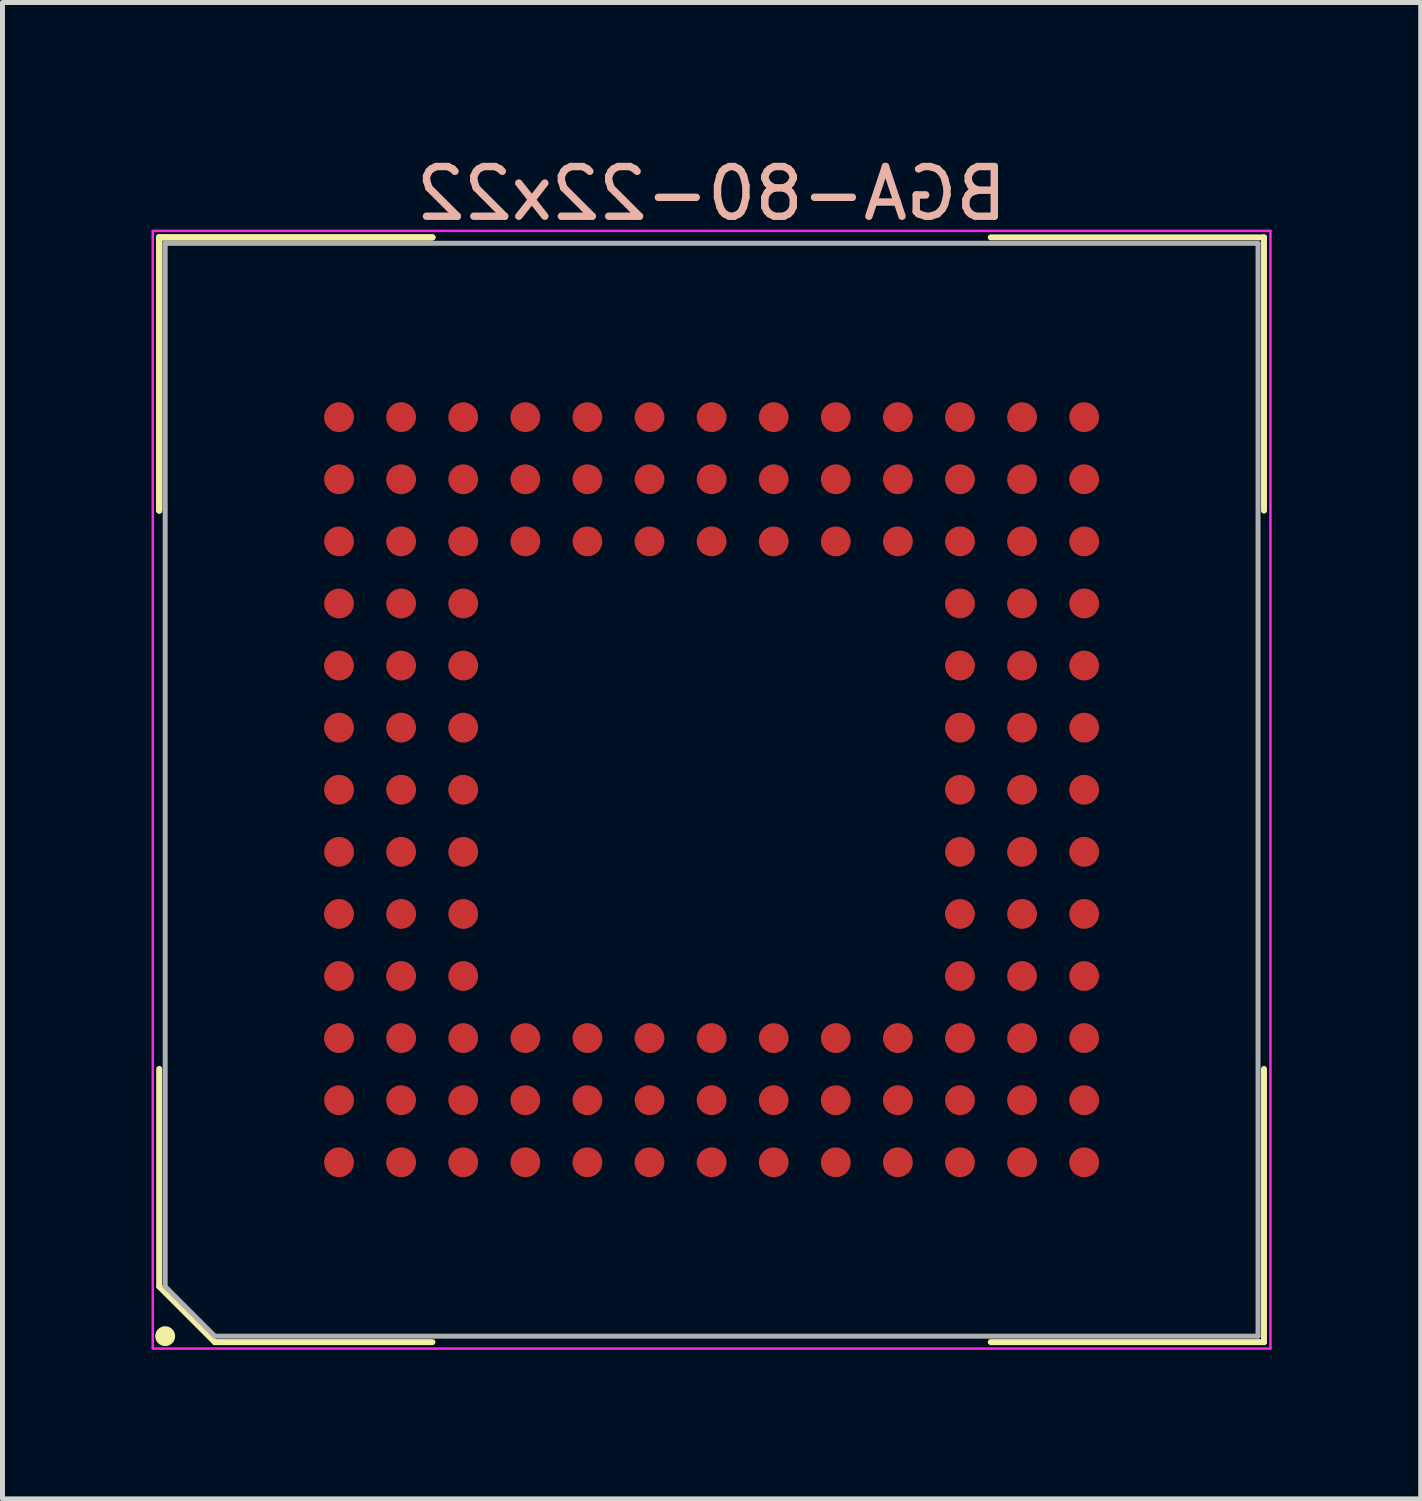
<source format=kicad_pcb>
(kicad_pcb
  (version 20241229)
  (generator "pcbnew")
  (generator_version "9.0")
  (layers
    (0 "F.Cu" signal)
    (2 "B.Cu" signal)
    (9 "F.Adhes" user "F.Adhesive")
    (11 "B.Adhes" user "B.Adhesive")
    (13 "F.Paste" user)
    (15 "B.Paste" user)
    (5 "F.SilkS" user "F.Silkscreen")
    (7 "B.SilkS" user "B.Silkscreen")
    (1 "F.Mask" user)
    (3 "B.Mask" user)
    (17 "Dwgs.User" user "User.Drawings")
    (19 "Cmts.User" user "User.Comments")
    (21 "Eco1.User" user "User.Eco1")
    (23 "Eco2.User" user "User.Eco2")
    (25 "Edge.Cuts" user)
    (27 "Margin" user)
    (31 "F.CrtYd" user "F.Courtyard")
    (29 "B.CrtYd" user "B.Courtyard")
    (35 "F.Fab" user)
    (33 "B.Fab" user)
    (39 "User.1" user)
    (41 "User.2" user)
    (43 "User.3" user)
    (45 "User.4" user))
  (footprint "BGA-80-22x22"
    (layer "F.Cu")
    (at 11.275 12.848)
    (property "Reference" "BGA-80-22x22" (at 0 -12 0) (layer "B.SilkS") (effects (font (size 1 1) (thickness 0.15)) (justify mirror)))
    (attr through_hole)
    (fp_line (start -11.12 -11.12) (end -5.62 -11.12) (stroke (width 0.12) (type default)) (layer "F.SilkS"))
    (fp_line (start -11.12 -11.12) (end -5.62 -11.12) (stroke (width 0.12) (type default)) (layer "F.SilkS"))
    (fp_line (start -11.12 -11.12) (end -5.62 -11.12) (stroke (width 0.12) (type default)) (layer "F.SilkS"))
    (fp_line (start -11.12 -5.62) (end -11.12 -11.12) (stroke (width 0.12) (type default)) (layer "F.SilkS"))
    (fp_line (start -11.12 -5.62) (end -11.12 -11.12) (stroke (width 0.12) (type default)) (layer "F.SilkS"))
    (fp_line (start -11.12 -5.62) (end -11.12 -11.12) (stroke (width 0.12) (type default)) (layer "F.SilkS"))
    (fp_line (start -11.12 5.62) (end -11.12 10) (stroke (width 0.12) (type default)) (layer "F.SilkS"))
    (fp_line (start -11.12 10) (end -10 11.12) (stroke (width 0.12) (type default)) (layer "F.SilkS"))
    (fp_line (start -10 11.12) (end -5.62 11.12) (stroke (width 0.12) (type default)) (layer "F.SilkS"))
    (fp_line (start 11.12 -11.12) (end 5.62 -11.12) (stroke (width 0.12) (type default)) (layer "F.SilkS"))
    (fp_line (start 11.12 -5.62) (end 11.12 -11.12) (stroke (width 0.12) (type default)) (layer "F.SilkS"))
    (fp_line (start 11.12 5.62) (end 11.12 11.12) (stroke (width 0.12) (type default)) (layer "F.SilkS"))
    (fp_line (start 11.12 11.12) (end 5.62 11.12) (stroke (width 0.12) (type default)) (layer "F.SilkS"))
    (fp_circle (center -11 11) (end -10.9 11) (stroke (width 0.2) (type default)) (fill no) (layer "F.SilkS"))
    (fp_line (start -11.25 -11.25) (end 11.25 -11.25) (stroke (width 0.05) (type default)) (layer "F.CrtYd"))
    (fp_line (start -11.25 11.25) (end -11.25 -11.25) (stroke (width 0.05) (type default)) (layer "F.CrtYd"))
    (fp_line (start 11.25 -11.25) (end 11.25 11.25) (stroke (width 0.05) (type default)) (layer "F.CrtYd"))
    (fp_line (start 11.25 11.25) (end -11.25 11.25) (stroke (width 0.05) (type default)) (layer "F.CrtYd"))
    (fp_line (start -11 -11) (end -11 10) (stroke (width 0.1) (type default)) (layer "F.Fab"))
    (fp_line (start -11 10) (end -10 11) (stroke (width 0.1) (type default)) (layer "F.Fab"))
    (fp_line (start -10 11) (end 11 11) (stroke (width 0.1) (type default)) (layer "F.Fab"))
    (fp_line (start 11 -11) (end -11 -11) (stroke (width 0.1) (type default)) (layer "F.Fab"))
    (fp_line (start 11 11) (end 11 -11) (stroke (width 0.1) (type default)) (layer "F.Fab"))
    (pad "A1" smd circle (at 7.5 7.5 270) (size 0.6 0.6) (layers "F.Cu" "F.Mask" "F.Paste"))
    (pad "A2" smd circle (at 7.5 6.25 270) (size 0.6 0.6) (layers "F.Cu" "F.Mask" "F.Paste"))
    (pad "A3" smd circle (at 7.5 5 270) (size 0.6 0.6) (layers "F.Cu" "F.Mask" "F.Paste"))
    (pad "A4" smd circle (at 7.5 3.75 270) (size 0.6 0.6) (layers "F.Cu" "F.Mask" "F.Paste"))
    (pad "A5" smd circle (at 7.5 2.5 270) (size 0.6 0.6) (layers "F.Cu" "F.Mask" "F.Paste"))
    (pad "A6" smd circle (at 7.5 1.25 270) (size 0.6 0.6) (layers "F.Cu" "F.Mask" "F.Paste"))
    (pad "A7" smd circle (at 7.5 0 270) (size 0.6 0.6) (layers "F.Cu" "F.Mask" "F.Paste"))
    (pad "A8" smd circle (at 7.5 -1.25 270) (size 0.6 0.6) (layers "F.Cu" "F.Mask" "F.Paste"))
    (pad "A9" smd circle (at 7.5 -2.5 270) (size 0.6 0.6) (layers "F.Cu" "F.Mask" "F.Paste"))
    (pad "A10" smd circle (at 7.5 -3.75 270) (size 0.6 0.6) (layers "F.Cu" "F.Mask" "F.Paste"))
    (pad "A11" smd circle (at 7.5 -5 270) (size 0.6 0.6) (layers "F.Cu" "F.Mask" "F.Paste"))
    (pad "A12" smd circle (at 7.5 -6.25 270) (size 0.6 0.6) (layers "F.Cu" "F.Mask" "F.Paste"))
    (pad "A13" smd circle (at 7.5 -7.5 270) (size 0.6 0.6) (layers "F.Cu" "F.Mask" "F.Paste"))
    (pad "B1" smd circle (at 6.25 7.5 270) (size 0.6 0.6) (layers "F.Cu" "F.Mask" "F.Paste"))
    (pad "B2" smd circle (at 6.25 6.25 270) (size 0.6 0.6) (layers "F.Cu" "F.Mask" "F.Paste"))
    (pad "B3" smd circle (at 6.25 5 270) (size 0.6 0.6) (layers "F.Cu" "F.Mask" "F.Paste"))
    (pad "B4" smd circle (at 6.25 3.75 270) (size 0.6 0.6) (layers "F.Cu" "F.Mask" "F.Paste"))
    (pad "B5" smd circle (at 6.25 2.5 270) (size 0.6 0.6) (layers "F.Cu" "F.Mask" "F.Paste"))
    (pad "B6" smd circle (at 6.25 1.25 270) (size 0.6 0.6) (layers "F.Cu" "F.Mask" "F.Paste"))
    (pad "B7" smd circle (at 6.25 0 270) (size 0.6 0.6) (layers "F.Cu" "F.Mask" "F.Paste"))
    (pad "B8" smd circle (at 6.25 -1.25 270) (size 0.6 0.6) (layers "F.Cu" "F.Mask" "F.Paste"))
    (pad "B9" smd circle (at 6.25 -2.5 270) (size 0.6 0.6) (layers "F.Cu" "F.Mask" "F.Paste"))
    (pad "B10" smd circle (at 6.25 -3.75 270) (size 0.6 0.6) (layers "F.Cu" "F.Mask" "F.Paste"))
    (pad "B11" smd circle (at 6.25 -5 270) (size 0.6 0.6) (layers "F.Cu" "F.Mask" "F.Paste"))
    (pad "B12" smd circle (at 6.25 -6.25 270) (size 0.6 0.6) (layers "F.Cu" "F.Mask" "F.Paste"))
    (pad "B13" smd circle (at 6.25 -7.5 270) (size 0.6 0.6) (layers "F.Cu" "F.Mask" "F.Paste"))
    (pad "C1" smd circle (at 5 7.5 270) (size 0.6 0.6) (layers "F.Cu" "F.Mask" "F.Paste"))
    (pad "C2" smd circle (at 5 6.25 270) (size 0.6 0.6) (layers "F.Cu" "F.Mask" "F.Paste"))
    (pad "C3" smd circle (at 5 5 270) (size 0.6 0.6) (layers "F.Cu" "F.Mask" "F.Paste"))
    (pad "C4" smd circle (at 5 3.75 270) (size 0.6 0.6) (layers "F.Cu" "F.Mask" "F.Paste"))
    (pad "C5" smd circle (at 5 2.5 270) (size 0.6 0.6) (layers "F.Cu" "F.Mask" "F.Paste"))
    (pad "C6" smd circle (at 5 1.25 270) (size 0.6 0.6) (layers "F.Cu" "F.Mask" "F.Paste"))
    (pad "C7" smd circle (at 5 0 270) (size 0.6 0.6) (layers "F.Cu" "F.Mask" "F.Paste"))
    (pad "C8" smd circle (at 5 -1.25 270) (size 0.6 0.6) (layers "F.Cu" "F.Mask" "F.Paste"))
    (pad "C9" smd circle (at 5 -2.5 270) (size 0.6 0.6) (layers "F.Cu" "F.Mask" "F.Paste"))
    (pad "C10" smd circle (at 5 -3.75 270) (size 0.6 0.6) (layers "F.Cu" "F.Mask" "F.Paste"))
    (pad "C11" smd circle (at 5 -5 270) (size 0.6 0.6) (layers "F.Cu" "F.Mask" "F.Paste"))
    (pad "C12" smd circle (at 5 -6.25 270) (size 0.6 0.6) (layers "F.Cu" "F.Mask" "F.Paste"))
    (pad "C13" smd circle (at 5 -7.5 270) (size 0.6 0.6) (layers "F.Cu" "F.Mask" "F.Paste"))
    (pad "D1" smd circle (at 3.75 7.5 270) (size 0.6 0.6) (layers "F.Cu" "F.Mask" "F.Paste"))
    (pad "D2" smd circle (at 3.75 6.25 270) (size 0.6 0.6) (layers "F.Cu" "F.Mask" "F.Paste"))
    (pad "D3" smd circle (at 3.75 5 270) (size 0.6 0.6) (layers "F.Cu" "F.Mask" "F.Paste"))
    (pad "D11" smd circle (at 3.75 -5 270) (size 0.6 0.6) (layers "F.Cu" "F.Mask" "F.Paste"))
    (pad "D12" smd circle (at 3.75 -6.25 270) (size 0.6 0.6) (layers "F.Cu" "F.Mask" "F.Paste"))
    (pad "D13" smd circle (at 3.75 -7.5 270) (size 0.6 0.6) (layers "F.Cu" "F.Mask" "F.Paste"))
    (pad "E1" smd circle (at 2.5 7.5 270) (size 0.6 0.6) (layers "F.Cu" "F.Mask" "F.Paste"))
    (pad "E2" smd circle (at 2.5 6.25 270) (size 0.6 0.6) (layers "F.Cu" "F.Mask" "F.Paste"))
    (pad "E3" smd circle (at 2.5 5 270) (size 0.6 0.6) (layers "F.Cu" "F.Mask" "F.Paste"))
    (pad "E11" smd circle (at 2.5 -5 270) (size 0.6 0.6) (layers "F.Cu" "F.Mask" "F.Paste"))
    (pad "E12" smd circle (at 2.5 -6.25 270) (size 0.6 0.6) (layers "F.Cu" "F.Mask" "F.Paste"))
    (pad "E13" smd circle (at 2.5 -7.5 270) (size 0.6 0.6) (layers "F.Cu" "F.Mask" "F.Paste"))
    (pad "F1" smd circle (at 1.25 7.5 270) (size 0.6 0.6) (layers "F.Cu" "F.Mask" "F.Paste"))
    (pad "F2" smd circle (at 1.25 6.25 270) (size 0.6 0.6) (layers "F.Cu" "F.Mask" "F.Paste"))
    (pad "F3" smd circle (at 1.25 5 270) (size 0.6 0.6) (layers "F.Cu" "F.Mask" "F.Paste"))
    (pad "F11" smd circle (at 1.25 -5 270) (size 0.6 0.6) (layers "F.Cu" "F.Mask" "F.Paste"))
    (pad "F12" smd circle (at 1.25 -6.25 270) (size 0.6 0.6) (layers "F.Cu" "F.Mask" "F.Paste"))
    (pad "F13" smd circle (at 1.25 -7.5 270) (size 0.6 0.6) (layers "F.Cu" "F.Mask" "F.Paste"))
    (pad "G1" smd circle (at 0 7.5 270) (size 0.6 0.6) (layers "F.Cu" "F.Mask" "F.Paste"))
    (pad "G2" smd circle (at 0 6.25 270) (size 0.6 0.6) (layers "F.Cu" "F.Mask" "F.Paste"))
    (pad "G3" smd circle (at 0 5 270) (size 0.6 0.6) (layers "F.Cu" "F.Mask" "F.Paste"))
    (pad "G11" smd circle (at 0 -5 270) (size 0.6 0.6) (layers "F.Cu" "F.Mask" "F.Paste"))
    (pad "G12" smd circle (at 0 -6.25 270) (size 0.6 0.6) (layers "F.Cu" "F.Mask" "F.Paste"))
    (pad "G13" smd circle (at 0 -7.5 270) (size 0.6 0.6) (layers "F.Cu" "F.Mask" "F.Paste"))
    (pad "H1" smd circle (at -1.25 7.5 270) (size 0.6 0.6) (layers "F.Cu" "F.Mask" "F.Paste"))
    (pad "H2" smd circle (at -1.25 6.25 270) (size 0.6 0.6) (layers "F.Cu" "F.Mask" "F.Paste"))
    (pad "H3" smd circle (at -1.25 5 270) (size 0.6 0.6) (layers "F.Cu" "F.Mask" "F.Paste"))
    (pad "H11" smd circle (at -1.25 -5 270) (size 0.6 0.6) (layers "F.Cu" "F.Mask" "F.Paste"))
    (pad "H12" smd circle (at -1.25 -6.25 270) (size 0.6 0.6) (layers "F.Cu" "F.Mask" "F.Paste"))
    (pad "H13" smd circle (at -1.25 -7.5 270) (size 0.6 0.6) (layers "F.Cu" "F.Mask" "F.Paste"))
    (pad "J1" smd circle (at -2.5 7.5 270) (size 0.6 0.6) (layers "F.Cu" "F.Mask" "F.Paste"))
    (pad "J2" smd circle (at -2.5 6.25 270) (size 0.6 0.6) (layers "F.Cu" "F.Mask" "F.Paste"))
    (pad "J3" smd circle (at -2.5 5 270) (size 0.6 0.6) (layers "F.Cu" "F.Mask" "F.Paste"))
    (pad "J11" smd circle (at -2.5 -5 270) (size 0.6 0.6) (layers "F.Cu" "F.Mask" "F.Paste"))
    (pad "J12" smd circle (at -2.5 -6.25 270) (size 0.6 0.6) (layers "F.Cu" "F.Mask" "F.Paste"))
    (pad "J13" smd circle (at -2.5 -7.5 270) (size 0.6 0.6) (layers "F.Cu" "F.Mask" "F.Paste"))
    (pad "K1" smd circle (at -3.75 7.5 270) (size 0.6 0.6) (layers "F.Cu" "F.Mask" "F.Paste"))
    (pad "K2" smd circle (at -3.75 6.25 270) (size 0.6 0.6) (layers "F.Cu" "F.Mask" "F.Paste"))
    (pad "K3" smd circle (at -3.75 5 270) (size 0.6 0.6) (layers "F.Cu" "F.Mask" "F.Paste"))
    (pad "K11" smd circle (at -3.75 -5 270) (size 0.6 0.6) (layers "F.Cu" "F.Mask" "F.Paste"))
    (pad "K12" smd circle (at -3.75 -6.25 270) (size 0.6 0.6) (layers "F.Cu" "F.Mask" "F.Paste"))
    (pad "K13" smd circle (at -3.75 -7.5 270) (size 0.6 0.6) (layers "F.Cu" "F.Mask" "F.Paste"))
    (pad "L1" smd circle (at -5 7.5 270) (size 0.6 0.6) (layers "F.Cu" "F.Mask" "F.Paste"))
    (pad "L2" smd circle (at -5 6.25 270) (size 0.6 0.6) (layers "F.Cu" "F.Mask" "F.Paste"))
    (pad "L3" smd circle (at -5 5 270) (size 0.6 0.6) (layers "F.Cu" "F.Mask" "F.Paste"))
    (pad "L4" smd circle (at -5 3.75 270) (size 0.6 0.6) (layers "F.Cu" "F.Mask" "F.Paste"))
    (pad "L5" smd circle (at -5 2.5 270) (size 0.6 0.6) (layers "F.Cu" "F.Mask" "F.Paste"))
    (pad "L6" smd circle (at -5 1.25 270) (size 0.6 0.6) (layers "F.Cu" "F.Mask" "F.Paste"))
    (pad "L7" smd circle (at -5 0 270) (size 0.6 0.6) (layers "F.Cu" "F.Mask" "F.Paste"))
    (pad "L8" smd circle (at -5 -1.25 270) (size 0.6 0.6) (layers "F.Cu" "F.Mask" "F.Paste"))
    (pad "L9" smd circle (at -5 -2.5 270) (size 0.6 0.6) (layers "F.Cu" "F.Mask" "F.Paste"))
    (pad "L10" smd circle (at -5 -3.75 270) (size 0.6 0.6) (layers "F.Cu" "F.Mask" "F.Paste"))
    (pad "L11" smd circle (at -5 -5 270) (size 0.6 0.6) (layers "F.Cu" "F.Mask" "F.Paste"))
    (pad "L12" smd circle (at -5 -6.25 270) (size 0.6 0.6) (layers "F.Cu" "F.Mask" "F.Paste"))
    (pad "L13" smd circle (at -5 -7.5 270) (size 0.6 0.6) (layers "F.Cu" "F.Mask" "F.Paste"))
    (pad "M1" smd circle (at -6.25 7.5 270) (size 0.6 0.6) (layers "F.Cu" "F.Mask" "F.Paste"))
    (pad "M2" smd circle (at -6.25 6.25 270) (size 0.6 0.6) (layers "F.Cu" "F.Mask" "F.Paste"))
    (pad "M3" smd circle (at -6.25 5 270) (size 0.6 0.6) (layers "F.Cu" "F.Mask" "F.Paste"))
    (pad "M4" smd circle (at -6.25 3.75 270) (size 0.6 0.6) (layers "F.Cu" "F.Mask" "F.Paste"))
    (pad "M5" smd circle (at -6.25 2.5 270) (size 0.6 0.6) (layers "F.Cu" "F.Mask" "F.Paste"))
    (pad "M6" smd circle (at -6.25 1.25 270) (size 0.6 0.6) (layers "F.Cu" "F.Mask" "F.Paste"))
    (pad "M7" smd circle (at -6.25 0 270) (size 0.6 0.6) (layers "F.Cu" "F.Mask" "F.Paste"))
    (pad "M8" smd circle (at -6.25 -1.25 270) (size 0.6 0.6) (layers "F.Cu" "F.Mask" "F.Paste"))
    (pad "M9" smd circle (at -6.25 -2.5 270) (size 0.6 0.6) (layers "F.Cu" "F.Mask" "F.Paste"))
    (pad "M10" smd circle (at -6.25 -3.75 270) (size 0.6 0.6) (layers "F.Cu" "F.Mask" "F.Paste"))
    (pad "M11" smd circle (at -6.25 -5 270) (size 0.6 0.6) (layers "F.Cu" "F.Mask" "F.Paste"))
    (pad "M12" smd circle (at -6.25 -6.25 270) (size 0.6 0.6) (layers "F.Cu" "F.Mask" "F.Paste"))
    (pad "M13" smd circle (at -6.25 -7.5 270) (size 0.6 0.6) (layers "F.Cu" "F.Mask" "F.Paste"))
    (pad "N1" smd circle (at -7.5 7.5 270) (size 0.6 0.6) (layers "F.Cu" "F.Mask" "F.Paste"))
    (pad "N2" smd circle (at -7.5 6.25 270) (size 0.6 0.6) (layers "F.Cu" "F.Mask" "F.Paste"))
    (pad "N3" smd circle (at -7.5 5 270) (size 0.6 0.6) (layers "F.Cu" "F.Mask" "F.Paste"))
    (pad "N4" smd circle (at -7.5 3.75 270) (size 0.6 0.6) (layers "F.Cu" "F.Mask" "F.Paste"))
    (pad "N5" smd circle (at -7.5 2.5 270) (size 0.6 0.6) (layers "F.Cu" "F.Mask" "F.Paste"))
    (pad "N6" smd circle (at -7.5 1.25 270) (size 0.6 0.6) (layers "F.Cu" "F.Mask" "F.Paste"))
    (pad "N7" smd circle (at -7.5 0 270) (size 0.6 0.6) (layers "F.Cu" "F.Mask" "F.Paste"))
    (pad "N8" smd circle (at -7.5 -1.25 270) (size 0.6 0.6) (layers "F.Cu" "F.Mask" "F.Paste"))
    (pad "N9" smd circle (at -7.5 -2.5 270) (size 0.6 0.6) (layers "F.Cu" "F.Mask" "F.Paste"))
    (pad "N10" smd circle (at -7.5 -3.75 270) (size 0.6 0.6) (layers "F.Cu" "F.Mask" "F.Paste"))
    (pad "N11" smd circle (at -7.5 -5 270) (size 0.6 0.6) (layers "F.Cu" "F.Mask" "F.Paste"))
    (pad "N12" smd circle (at -7.5 -6.25 270) (size 0.6 0.6) (layers "F.Cu" "F.Mask" "F.Paste"))
    (pad "N13" smd circle (at -7.5 -7.5 270) (size 0.6 0.6) (layers "F.Cu" "F.Mask" "F.Paste")))
  (gr_rect
    (start -3 -3)
    (end 25.55 27.123)
    (stroke (width 0.1) (type default))
    (fill no)
    (layer "Edge.Cuts")))
</source>
